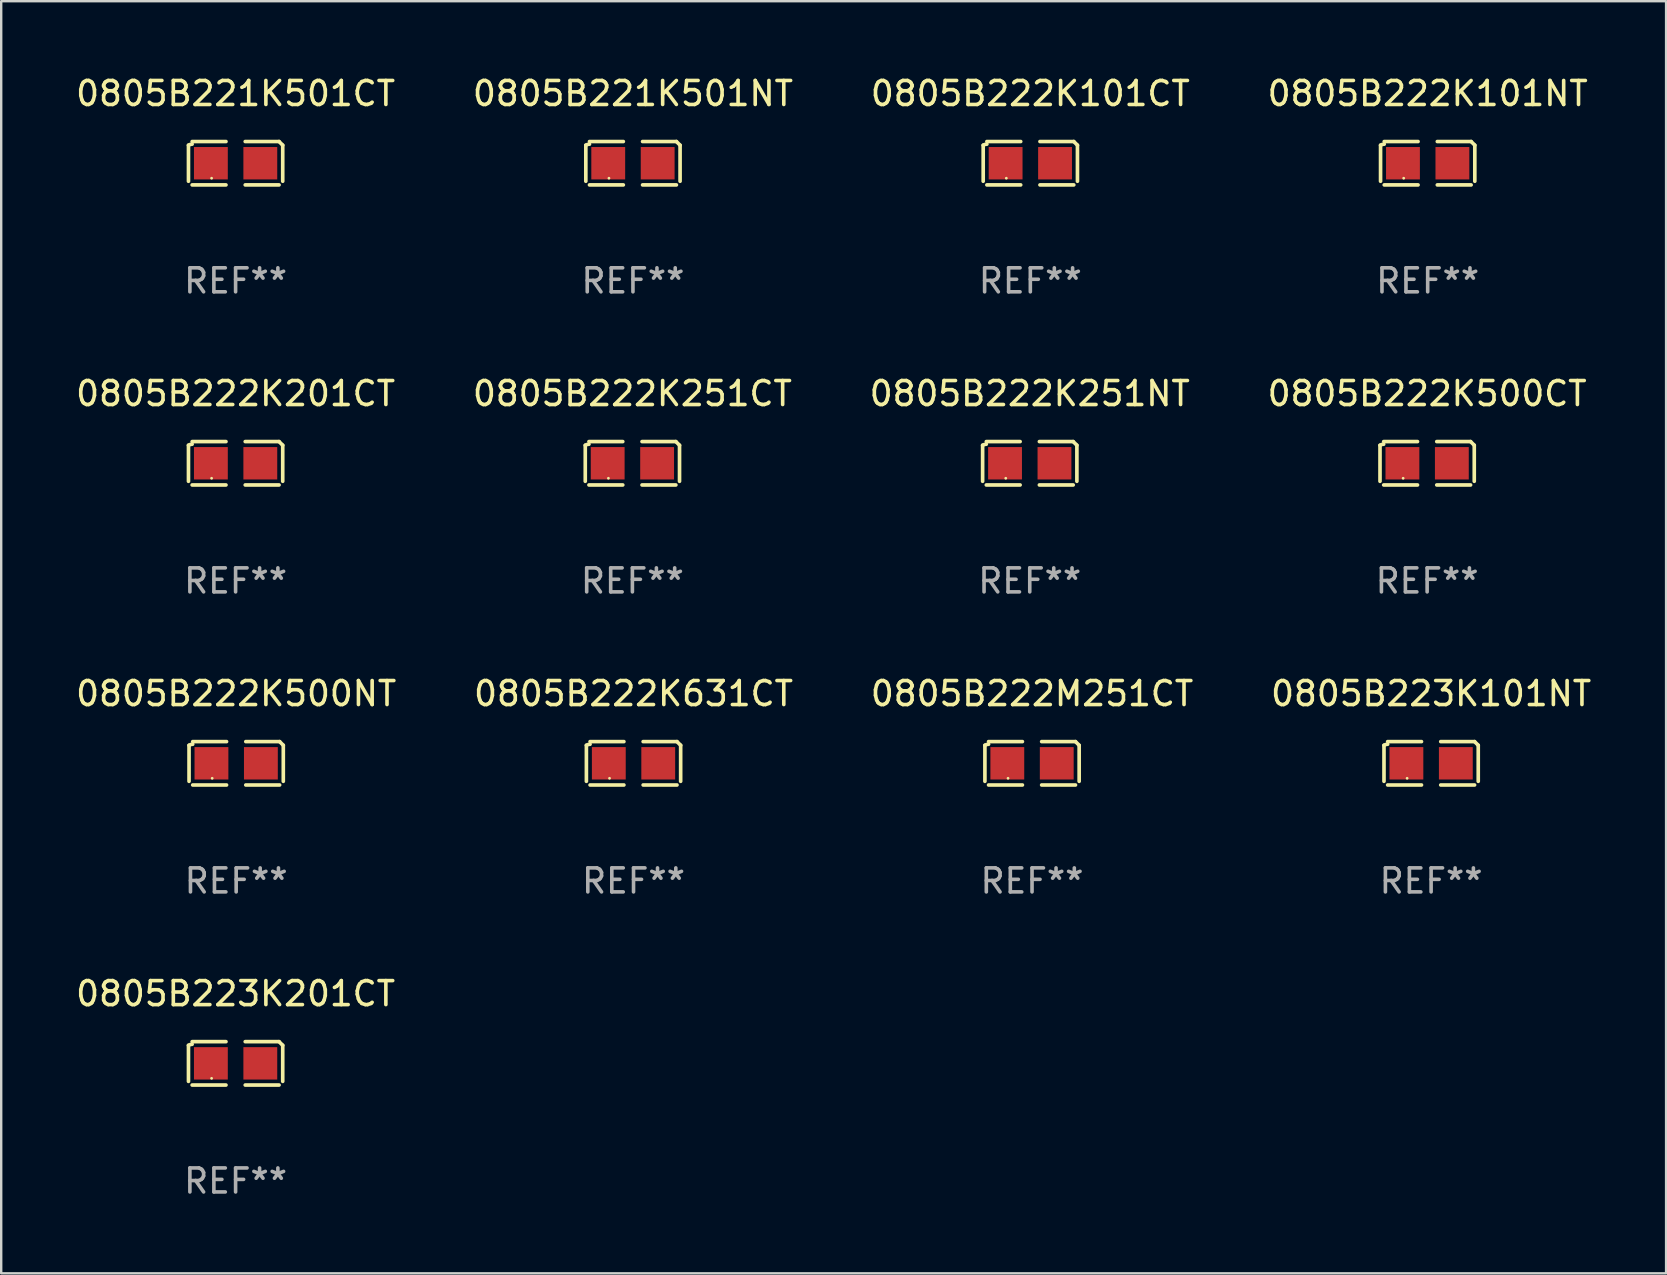
<source format=kicad_pcb>
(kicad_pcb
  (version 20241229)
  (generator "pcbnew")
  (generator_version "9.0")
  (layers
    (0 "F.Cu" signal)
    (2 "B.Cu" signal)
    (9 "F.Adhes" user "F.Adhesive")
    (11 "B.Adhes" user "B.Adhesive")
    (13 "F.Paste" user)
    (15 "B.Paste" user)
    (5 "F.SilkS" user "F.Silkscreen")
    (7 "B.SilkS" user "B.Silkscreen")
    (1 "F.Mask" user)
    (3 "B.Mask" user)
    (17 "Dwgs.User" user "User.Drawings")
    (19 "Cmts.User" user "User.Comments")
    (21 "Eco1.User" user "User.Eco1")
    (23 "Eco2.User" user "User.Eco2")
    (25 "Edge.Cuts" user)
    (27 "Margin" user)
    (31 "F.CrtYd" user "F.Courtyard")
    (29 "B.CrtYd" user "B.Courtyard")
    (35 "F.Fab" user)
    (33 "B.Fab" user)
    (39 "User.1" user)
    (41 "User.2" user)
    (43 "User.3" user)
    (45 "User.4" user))
  (footprint "0805B223K201CT"
    (layer "F.Cu")
    (at 6.768 41.263)
    (property "Reference" "0805B223K201CT" (at 0 -2.904 0) (layer "F.SilkS") (effects (font (size 1 1) (thickness 0.15))))
    (attr through_hole)
    (fp_line (start -1.964 0.751) (end -1.964 -0.751) (stroke (width 0.152) (type solid)) (layer "F.SilkS"))
    (fp_line (start -1.811 -0.904) (end -0.401 -0.904) (stroke (width 0.152) (type solid)) (layer "F.SilkS"))
    (fp_line (start -0.401 0.904) (end -1.811 0.904) (stroke (width 0.152) (type solid)) (layer "F.SilkS"))
    (fp_line (start 0.401 0.904) (end 1.811 0.904) (stroke (width 0.152) (type solid)) (layer "F.SilkS"))
    (fp_line (start 1.811 -0.904) (end 0.401 -0.904) (stroke (width 0.152) (type solid)) (layer "F.SilkS"))
    (fp_line (start 1.964 0.751) (end 1.964 -0.751) (stroke (width 0.152) (type solid)) (layer "F.SilkS"))
    (fp_arc (start -1.963602 -0.751207) (mid -1.890354 -0.783131) (end -1.811201 -0.794044) (stroke (width 0.1524) (type solid)) (layer "F.SilkS"))
    (fp_arc (start 1.811202 -0.903607) (mid 1.887413 -0.827418) (end 1.963602 -0.751207) (stroke (width 0.1524) (type solid)) (layer "F.SilkS"))
    (fp_circle (center -1 0.625) (end -0.97 0.625) (stroke (width 0.06) (type solid)) (fill no) (layer "F.SilkS"))
    (fp_text user "REF**" (at 0 4.904 0) (layer "F.Fab") (effects (font (size 1 1) (thickness 0.15))))
    (pad "1" smd rect (at -1.03 0) (size 1.41 1.35) (layers "F.Cu" "F.Mask" "F.Paste"))
    (pad "2" smd rect (at 1.03 0) (size 1.41 1.35) (layers "F.Cu" "F.Mask" "F.Paste")))
  (footprint "0805B222K251CT"
    (layer "F.Cu")
    (at 23.304 16.256)
    (property "Reference" "0805B222K251CT" (at 0 -2.904 0) (layer "F.SilkS") (effects (font (size 1 1) (thickness 0.15))))
    (attr through_hole)
    (fp_line (start -1.964 0.751) (end -1.964 -0.751) (stroke (width 0.152) (type solid)) (layer "F.SilkS"))
    (fp_line (start -1.811 -0.904) (end -0.401 -0.904) (stroke (width 0.152) (type solid)) (layer "F.SilkS"))
    (fp_line (start -0.401 0.904) (end -1.811 0.904) (stroke (width 0.152) (type solid)) (layer "F.SilkS"))
    (fp_line (start 0.401 0.904) (end 1.811 0.904) (stroke (width 0.152) (type solid)) (layer "F.SilkS"))
    (fp_line (start 1.811 -0.904) (end 0.401 -0.904) (stroke (width 0.152) (type solid)) (layer "F.SilkS"))
    (fp_line (start 1.964 0.751) (end 1.964 -0.751) (stroke (width 0.152) (type solid)) (layer "F.SilkS"))
    (fp_arc (start -1.963602 -0.751207) (mid -1.890354 -0.783131) (end -1.811201 -0.794044) (stroke (width 0.1524) (type solid)) (layer "F.SilkS"))
    (fp_arc (start 1.811202 -0.903607) (mid 1.887413 -0.827418) (end 1.963602 -0.751207) (stroke (width 0.1524) (type solid)) (layer "F.SilkS"))
    (fp_circle (center -1 0.625) (end -0.97 0.625) (stroke (width 0.06) (type solid)) (fill no) (layer "F.SilkS"))
    (fp_text user "REF**" (at 0 4.904 0) (layer "F.Fab") (effects (font (size 1 1) (thickness 0.15))))
    (pad "1" smd rect (at -1.03 0) (size 1.41 1.35) (layers "F.Cu" "F.Mask" "F.Paste"))
    (pad "2" smd rect (at 1.03 0) (size 1.41 1.35) (layers "F.Cu" "F.Mask" "F.Paste")))
  (footprint "0805B222K631CT"
    (layer "F.Cu")
    (at 23.351 28.759)
    (property "Reference" "0805B222K631CT" (at 0 -2.904 0) (layer "F.SilkS") (effects (font (size 1 1) (thickness 0.15))))
    (attr through_hole)
    (fp_line (start -1.964 0.751) (end -1.964 -0.751) (stroke (width 0.152) (type solid)) (layer "F.SilkS"))
    (fp_line (start -1.811 -0.904) (end -0.401 -0.904) (stroke (width 0.152) (type solid)) (layer "F.SilkS"))
    (fp_line (start -0.401 0.904) (end -1.811 0.904) (stroke (width 0.152) (type solid)) (layer "F.SilkS"))
    (fp_line (start 0.401 0.904) (end 1.811 0.904) (stroke (width 0.152) (type solid)) (layer "F.SilkS"))
    (fp_line (start 1.811 -0.904) (end 0.401 -0.904) (stroke (width 0.152) (type solid)) (layer "F.SilkS"))
    (fp_line (start 1.964 0.751) (end 1.964 -0.751) (stroke (width 0.152) (type solid)) (layer "F.SilkS"))
    (fp_arc (start -1.963602 -0.751207) (mid -1.890354 -0.783131) (end -1.811201 -0.794044) (stroke (width 0.1524) (type solid)) (layer "F.SilkS"))
    (fp_arc (start 1.811202 -0.903607) (mid 1.887413 -0.827418) (end 1.963602 -0.751207) (stroke (width 0.1524) (type solid)) (layer "F.SilkS"))
    (fp_circle (center -1 0.625) (end -0.97 0.625) (stroke (width 0.06) (type solid)) (fill no) (layer "F.SilkS"))
    (fp_text user "REF**" (at 0 4.904 0) (layer "F.Fab") (effects (font (size 1 1) (thickness 0.15))))
    (pad "1" smd rect (at -1.03 0) (size 1.41 1.35) (layers "F.Cu" "F.Mask" "F.Paste"))
    (pad "2" smd rect (at 1.03 0) (size 1.41 1.35) (layers "F.Cu" "F.Mask" "F.Paste")))
  (footprint "0805B222K101CT"
    (layer "F.Cu")
    (at 39.887 3.752)
    (property "Reference" "0805B222K101CT" (at 0 -2.904 0) (layer "F.SilkS") (effects (font (size 1 1) (thickness 0.15))))
    (attr through_hole)
    (fp_line (start -1.964 0.751) (end -1.964 -0.751) (stroke (width 0.152) (type solid)) (layer "F.SilkS"))
    (fp_line (start -1.811 -0.904) (end -0.401 -0.904) (stroke (width 0.152) (type solid)) (layer "F.SilkS"))
    (fp_line (start -0.401 0.904) (end -1.811 0.904) (stroke (width 0.152) (type solid)) (layer "F.SilkS"))
    (fp_line (start 0.401 0.904) (end 1.811 0.904) (stroke (width 0.152) (type solid)) (layer "F.SilkS"))
    (fp_line (start 1.811 -0.904) (end 0.401 -0.904) (stroke (width 0.152) (type solid)) (layer "F.SilkS"))
    (fp_line (start 1.964 0.751) (end 1.964 -0.751) (stroke (width 0.152) (type solid)) (layer "F.SilkS"))
    (fp_arc (start -1.963602 -0.751207) (mid -1.890354 -0.783131) (end -1.811201 -0.794044) (stroke (width 0.1524) (type solid)) (layer "F.SilkS"))
    (fp_arc (start 1.811202 -0.903607) (mid 1.887413 -0.827418) (end 1.963602 -0.751207) (stroke (width 0.1524) (type solid)) (layer "F.SilkS"))
    (fp_circle (center -1 0.625) (end -0.97 0.625) (stroke (width 0.06) (type solid)) (fill no) (layer "F.SilkS"))
    (fp_text user "REF**" (at 0 4.904 0) (layer "F.Fab") (effects (font (size 1 1) (thickness 0.15))))
    (pad "1" smd rect (at -1.03 0) (size 1.41 1.35) (layers "F.Cu" "F.Mask" "F.Paste"))
    (pad "2" smd rect (at 1.03 0) (size 1.41 1.35) (layers "F.Cu" "F.Mask" "F.Paste")))
  (footprint "0805B222M251CT"
    (layer "F.Cu")
    (at 39.958 28.759)
    (property "Reference" "0805B222M251CT" (at 0 -2.904 0) (layer "F.SilkS") (effects (font (size 1 1) (thickness 0.15))))
    (attr through_hole)
    (fp_line (start -1.964 0.751) (end -1.964 -0.751) (stroke (width 0.152) (type solid)) (layer "F.SilkS"))
    (fp_line (start -1.811 -0.904) (end -0.401 -0.904) (stroke (width 0.152) (type solid)) (layer "F.SilkS"))
    (fp_line (start -0.401 0.904) (end -1.811 0.904) (stroke (width 0.152) (type solid)) (layer "F.SilkS"))
    (fp_line (start 0.401 0.904) (end 1.811 0.904) (stroke (width 0.152) (type solid)) (layer "F.SilkS"))
    (fp_line (start 1.811 -0.904) (end 0.401 -0.904) (stroke (width 0.152) (type solid)) (layer "F.SilkS"))
    (fp_line (start 1.964 0.751) (end 1.964 -0.751) (stroke (width 0.152) (type solid)) (layer "F.SilkS"))
    (fp_arc (start -1.963602 -0.751207) (mid -1.890354 -0.783131) (end -1.811201 -0.794044) (stroke (width 0.1524) (type solid)) (layer "F.SilkS"))
    (fp_arc (start 1.811202 -0.903607) (mid 1.887413 -0.827418) (end 1.963602 -0.751207) (stroke (width 0.1524) (type solid)) (layer "F.SilkS"))
    (fp_circle (center -1 0.625) (end -0.97 0.625) (stroke (width 0.06) (type solid)) (fill no) (layer "F.SilkS"))
    (fp_text user "REF**" (at 0 4.904 0) (layer "F.Fab") (effects (font (size 1 1) (thickness 0.15))))
    (pad "1" smd rect (at -1.03 0) (size 1.41 1.35) (layers "F.Cu" "F.Mask" "F.Paste"))
    (pad "2" smd rect (at 1.03 0) (size 1.41 1.35) (layers "F.Cu" "F.Mask" "F.Paste")))
  (footprint "0805B223K101NT"
    (layer "F.Cu")
    (at 56.589 28.759)
    (property "Reference" "0805B223K101NT" (at 0 -2.904 0) (layer "F.SilkS") (effects (font (size 1 1) (thickness 0.15))))
    (attr through_hole)
    (fp_line (start -1.964 0.751) (end -1.964 -0.751) (stroke (width 0.152) (type solid)) (layer "F.SilkS"))
    (fp_line (start -1.811 -0.904) (end -0.401 -0.904) (stroke (width 0.152) (type solid)) (layer "F.SilkS"))
    (fp_line (start -0.401 0.904) (end -1.811 0.904) (stroke (width 0.152) (type solid)) (layer "F.SilkS"))
    (fp_line (start 0.401 0.904) (end 1.811 0.904) (stroke (width 0.152) (type solid)) (layer "F.SilkS"))
    (fp_line (start 1.811 -0.904) (end 0.401 -0.904) (stroke (width 0.152) (type solid)) (layer "F.SilkS"))
    (fp_line (start 1.964 0.751) (end 1.964 -0.751) (stroke (width 0.152) (type solid)) (layer "F.SilkS"))
    (fp_arc (start -1.963602 -0.751207) (mid -1.890354 -0.783131) (end -1.811201 -0.794044) (stroke (width 0.1524) (type solid)) (layer "F.SilkS"))
    (fp_arc (start 1.811202 -0.903607) (mid 1.887413 -0.827418) (end 1.963602 -0.751207) (stroke (width 0.1524) (type solid)) (layer "F.SilkS"))
    (fp_circle (center -1 0.625) (end -0.97 0.625) (stroke (width 0.06) (type solid)) (fill no) (layer "F.SilkS"))
    (fp_text user "REF**" (at 0 4.904 0) (layer "F.Fab") (effects (font (size 1 1) (thickness 0.15))))
    (pad "1" smd rect (at -1.03 0) (size 1.41 1.35) (layers "F.Cu" "F.Mask" "F.Paste"))
    (pad "2" smd rect (at 1.03 0) (size 1.41 1.35) (layers "F.Cu" "F.Mask" "F.Paste")))
  (footprint "0805B222K500NT"
    (layer "F.Cu")
    (at 6.792 28.759)
    (property "Reference" "0805B222K500NT" (at 0 -2.904 0) (layer "F.SilkS") (effects (font (size 1 1) (thickness 0.15))))
    (attr through_hole)
    (fp_line (start -1.964 0.751) (end -1.964 -0.751) (stroke (width 0.152) (type solid)) (layer "F.SilkS"))
    (fp_line (start -1.811 -0.904) (end -0.401 -0.904) (stroke (width 0.152) (type solid)) (layer "F.SilkS"))
    (fp_line (start -0.401 0.904) (end -1.811 0.904) (stroke (width 0.152) (type solid)) (layer "F.SilkS"))
    (fp_line (start 0.401 0.904) (end 1.811 0.904) (stroke (width 0.152) (type solid)) (layer "F.SilkS"))
    (fp_line (start 1.811 -0.904) (end 0.401 -0.904) (stroke (width 0.152) (type solid)) (layer "F.SilkS"))
    (fp_line (start 1.964 0.751) (end 1.964 -0.751) (stroke (width 0.152) (type solid)) (layer "F.SilkS"))
    (fp_arc (start -1.963602 -0.751207) (mid -1.890354 -0.783131) (end -1.811201 -0.794044) (stroke (width 0.1524) (type solid)) (layer "F.SilkS"))
    (fp_arc (start 1.811202 -0.903607) (mid 1.887413 -0.827418) (end 1.963602 -0.751207) (stroke (width 0.1524) (type solid)) (layer "F.SilkS"))
    (fp_circle (center -1 0.625) (end -0.97 0.625) (stroke (width 0.06) (type solid)) (fill no) (layer "F.SilkS"))
    (fp_text user "REF**" (at 0 4.904 0) (layer "F.Fab") (effects (font (size 1 1) (thickness 0.15))))
    (pad "1" smd rect (at -1.03 0) (size 1.41 1.35) (layers "F.Cu" "F.Mask" "F.Paste"))
    (pad "2" smd rect (at 1.03 0) (size 1.41 1.35) (layers "F.Cu" "F.Mask" "F.Paste")))
  (footprint "0805B222K101NT"
    (layer "F.Cu")
    (at 56.446 3.752)
    (property "Reference" "0805B222K101NT" (at 0 -2.904 0) (layer "F.SilkS") (effects (font (size 1 1) (thickness 0.15))))
    (attr through_hole)
    (fp_line (start -1.964 0.751) (end -1.964 -0.751) (stroke (width 0.152) (type solid)) (layer "F.SilkS"))
    (fp_line (start -1.811 -0.904) (end -0.401 -0.904) (stroke (width 0.152) (type solid)) (layer "F.SilkS"))
    (fp_line (start -0.401 0.904) (end -1.811 0.904) (stroke (width 0.152) (type solid)) (layer "F.SilkS"))
    (fp_line (start 0.401 0.904) (end 1.811 0.904) (stroke (width 0.152) (type solid)) (layer "F.SilkS"))
    (fp_line (start 1.811 -0.904) (end 0.401 -0.904) (stroke (width 0.152) (type solid)) (layer "F.SilkS"))
    (fp_line (start 1.964 0.751) (end 1.964 -0.751) (stroke (width 0.152) (type solid)) (layer "F.SilkS"))
    (fp_arc (start -1.963602 -0.751207) (mid -1.890354 -0.783131) (end -1.811201 -0.794044) (stroke (width 0.1524) (type solid)) (layer "F.SilkS"))
    (fp_arc (start 1.811202 -0.903607) (mid 1.887413 -0.827418) (end 1.963602 -0.751207) (stroke (width 0.1524) (type solid)) (layer "F.SilkS"))
    (fp_circle (center -1 0.625) (end -0.97 0.625) (stroke (width 0.06) (type solid)) (fill no) (layer "F.SilkS"))
    (fp_text user "REF**" (at 0 4.904 0) (layer "F.Fab") (effects (font (size 1 1) (thickness 0.15))))
    (pad "1" smd rect (at -1.03 0) (size 1.41 1.35) (layers "F.Cu" "F.Mask" "F.Paste"))
    (pad "2" smd rect (at 1.03 0) (size 1.41 1.35) (layers "F.Cu" "F.Mask" "F.Paste")))
  (footprint "0805B221K501CT"
    (layer "F.Cu")
    (at 6.768 3.752)
    (property "Reference" "0805B221K501CT" (at 0 -2.904 0) (layer "F.SilkS") (effects (font (size 1 1) (thickness 0.15))))
    (attr through_hole)
    (fp_line (start -1.964 0.751) (end -1.964 -0.751) (stroke (width 0.152) (type solid)) (layer "F.SilkS"))
    (fp_line (start -1.811 -0.904) (end -0.401 -0.904) (stroke (width 0.152) (type solid)) (layer "F.SilkS"))
    (fp_line (start -0.401 0.904) (end -1.811 0.904) (stroke (width 0.152) (type solid)) (layer "F.SilkS"))
    (fp_line (start 0.401 0.904) (end 1.811 0.904) (stroke (width 0.152) (type solid)) (layer "F.SilkS"))
    (fp_line (start 1.811 -0.904) (end 0.401 -0.904) (stroke (width 0.152) (type solid)) (layer "F.SilkS"))
    (fp_line (start 1.964 0.751) (end 1.964 -0.751) (stroke (width 0.152) (type solid)) (layer "F.SilkS"))
    (fp_arc (start -1.963602 -0.751207) (mid -1.890354 -0.783131) (end -1.811201 -0.794044) (stroke (width 0.1524) (type solid)) (layer "F.SilkS"))
    (fp_arc (start 1.811202 -0.903607) (mid 1.887413 -0.827418) (end 1.963602 -0.751207) (stroke (width 0.1524) (type solid)) (layer "F.SilkS"))
    (fp_circle (center -1 0.625) (end -0.97 0.625) (stroke (width 0.06) (type solid)) (fill no) (layer "F.SilkS"))
    (fp_text user "REF**" (at 0 4.904 0) (layer "F.Fab") (effects (font (size 1 1) (thickness 0.15))))
    (pad "1" smd rect (at -1.03 0) (size 1.41 1.35) (layers "F.Cu" "F.Mask" "F.Paste"))
    (pad "2" smd rect (at 1.03 0) (size 1.41 1.35) (layers "F.Cu" "F.Mask" "F.Paste")))
  (footprint "0805B222K251NT"
    (layer "F.Cu")
    (at 39.863 16.256)
    (property "Reference" "0805B222K251NT" (at 0 -2.904 0) (layer "F.SilkS") (effects (font (size 1 1) (thickness 0.15))))
    (attr through_hole)
    (fp_line (start -1.964 0.751) (end -1.964 -0.751) (stroke (width 0.152) (type solid)) (layer "F.SilkS"))
    (fp_line (start -1.811 -0.904) (end -0.401 -0.904) (stroke (width 0.152) (type solid)) (layer "F.SilkS"))
    (fp_line (start -0.401 0.904) (end -1.811 0.904) (stroke (width 0.152) (type solid)) (layer "F.SilkS"))
    (fp_line (start 0.401 0.904) (end 1.811 0.904) (stroke (width 0.152) (type solid)) (layer "F.SilkS"))
    (fp_line (start 1.811 -0.904) (end 0.401 -0.904) (stroke (width 0.152) (type solid)) (layer "F.SilkS"))
    (fp_line (start 1.964 0.751) (end 1.964 -0.751) (stroke (width 0.152) (type solid)) (layer "F.SilkS"))
    (fp_arc (start -1.963602 -0.751207) (mid -1.890354 -0.783131) (end -1.811201 -0.794044) (stroke (width 0.1524) (type solid)) (layer "F.SilkS"))
    (fp_arc (start 1.811202 -0.903607) (mid 1.887413 -0.827418) (end 1.963602 -0.751207) (stroke (width 0.1524) (type solid)) (layer "F.SilkS"))
    (fp_circle (center -1 0.625) (end -0.97 0.625) (stroke (width 0.06) (type solid)) (fill no) (layer "F.SilkS"))
    (fp_text user "REF**" (at 0 4.904 0) (layer "F.Fab") (effects (font (size 1 1) (thickness 0.15))))
    (pad "1" smd rect (at -1.03 0) (size 1.41 1.35) (layers "F.Cu" "F.Mask" "F.Paste"))
    (pad "2" smd rect (at 1.03 0) (size 1.41 1.35) (layers "F.Cu" "F.Mask" "F.Paste")))
  (footprint "0805B222K201CT"
    (layer "F.Cu")
    (at 6.768 16.256)
    (property "Reference" "0805B222K201CT" (at 0 -2.904 0) (layer "F.SilkS") (effects (font (size 1 1) (thickness 0.15))))
    (attr through_hole)
    (fp_line (start -1.964 0.751) (end -1.964 -0.751) (stroke (width 0.152) (type solid)) (layer "F.SilkS"))
    (fp_line (start -1.811 -0.904) (end -0.401 -0.904) (stroke (width 0.152) (type solid)) (layer "F.SilkS"))
    (fp_line (start -0.401 0.904) (end -1.811 0.904) (stroke (width 0.152) (type solid)) (layer "F.SilkS"))
    (fp_line (start 0.401 0.904) (end 1.811 0.904) (stroke (width 0.152) (type solid)) (layer "F.SilkS"))
    (fp_line (start 1.811 -0.904) (end 0.401 -0.904) (stroke (width 0.152) (type solid)) (layer "F.SilkS"))
    (fp_line (start 1.964 0.751) (end 1.964 -0.751) (stroke (width 0.152) (type solid)) (layer "F.SilkS"))
    (fp_arc (start -1.963602 -0.751207) (mid -1.890354 -0.783131) (end -1.811201 -0.794044) (stroke (width 0.1524) (type solid)) (layer "F.SilkS"))
    (fp_arc (start 1.811202 -0.903607) (mid 1.887413 -0.827418) (end 1.963602 -0.751207) (stroke (width 0.1524) (type solid)) (layer "F.SilkS"))
    (fp_circle (center -1 0.625) (end -0.97 0.625) (stroke (width 0.06) (type solid)) (fill no) (layer "F.SilkS"))
    (fp_text user "REF**" (at 0 4.904 0) (layer "F.Fab") (effects (font (size 1 1) (thickness 0.15))))
    (pad "1" smd rect (at -1.03 0) (size 1.41 1.35) (layers "F.Cu" "F.Mask" "F.Paste"))
    (pad "2" smd rect (at 1.03 0) (size 1.41 1.35) (layers "F.Cu" "F.Mask" "F.Paste")))
  (footprint "0805B222K500CT"
    (layer "F.Cu")
    (at 56.423 16.256)
    (property "Reference" "0805B222K500CT" (at 0 -2.904 0) (layer "F.SilkS") (effects (font (size 1 1) (thickness 0.15))))
    (attr through_hole)
    (fp_line (start -1.964 0.751) (end -1.964 -0.751) (stroke (width 0.152) (type solid)) (layer "F.SilkS"))
    (fp_line (start -1.811 -0.904) (end -0.401 -0.904) (stroke (width 0.152) (type solid)) (layer "F.SilkS"))
    (fp_line (start -0.401 0.904) (end -1.811 0.904) (stroke (width 0.152) (type solid)) (layer "F.SilkS"))
    (fp_line (start 0.401 0.904) (end 1.811 0.904) (stroke (width 0.152) (type solid)) (layer "F.SilkS"))
    (fp_line (start 1.811 -0.904) (end 0.401 -0.904) (stroke (width 0.152) (type solid)) (layer "F.SilkS"))
    (fp_line (start 1.964 0.751) (end 1.964 -0.751) (stroke (width 0.152) (type solid)) (layer "F.SilkS"))
    (fp_arc (start -1.963602 -0.751207) (mid -1.890354 -0.783131) (end -1.811201 -0.794044) (stroke (width 0.1524) (type solid)) (layer "F.SilkS"))
    (fp_arc (start 1.811202 -0.903607) (mid 1.887413 -0.827418) (end 1.963602 -0.751207) (stroke (width 0.1524) (type solid)) (layer "F.SilkS"))
    (fp_circle (center -1 0.625) (end -0.97 0.625) (stroke (width 0.06) (type solid)) (fill no) (layer "F.SilkS"))
    (fp_text user "REF**" (at 0 4.904 0) (layer "F.Fab") (effects (font (size 1 1) (thickness 0.15))))
    (pad "1" smd rect (at -1.03 0) (size 1.41 1.35) (layers "F.Cu" "F.Mask" "F.Paste"))
    (pad "2" smd rect (at 1.03 0) (size 1.41 1.35) (layers "F.Cu" "F.Mask" "F.Paste")))
  (footprint "0805B221K501NT"
    (layer "F.Cu")
    (at 23.327 3.752)
    (property "Reference" "0805B221K501NT" (at 0 -2.904 0) (layer "F.SilkS") (effects (font (size 1 1) (thickness 0.15))))
    (attr through_hole)
    (fp_line (start -1.964 0.751) (end -1.964 -0.751) (stroke (width 0.152) (type solid)) (layer "F.SilkS"))
    (fp_line (start -1.811 -0.904) (end -0.401 -0.904) (stroke (width 0.152) (type solid)) (layer "F.SilkS"))
    (fp_line (start -0.401 0.904) (end -1.811 0.904) (stroke (width 0.152) (type solid)) (layer "F.SilkS"))
    (fp_line (start 0.401 0.904) (end 1.811 0.904) (stroke (width 0.152) (type solid)) (layer "F.SilkS"))
    (fp_line (start 1.811 -0.904) (end 0.401 -0.904) (stroke (width 0.152) (type solid)) (layer "F.SilkS"))
    (fp_line (start 1.964 0.751) (end 1.964 -0.751) (stroke (width 0.152) (type solid)) (layer "F.SilkS"))
    (fp_arc (start -1.963602 -0.751207) (mid -1.890354 -0.783131) (end -1.811201 -0.794044) (stroke (width 0.1524) (type solid)) (layer "F.SilkS"))
    (fp_arc (start 1.811202 -0.903607) (mid 1.887413 -0.827418) (end 1.963602 -0.751207) (stroke (width 0.1524) (type solid)) (layer "F.SilkS"))
    (fp_circle (center -1 0.625) (end -0.97 0.625) (stroke (width 0.06) (type solid)) (fill no) (layer "F.SilkS"))
    (fp_text user "REF**" (at 0 4.904 0) (layer "F.Fab") (effects (font (size 1 1) (thickness 0.15))))
    (pad "1" smd rect (at -1.03 0) (size 1.41 1.35) (layers "F.Cu" "F.Mask" "F.Paste"))
    (pad "2" smd rect (at 1.03 0) (size 1.41 1.35) (layers "F.Cu" "F.Mask" "F.Paste")))
  (gr_rect
    (start -3 -3)
    (end 66.381 50.015)
    (stroke (width 0.1) (type default))
    (fill no)
    (layer "Edge.Cuts")))
</source>
